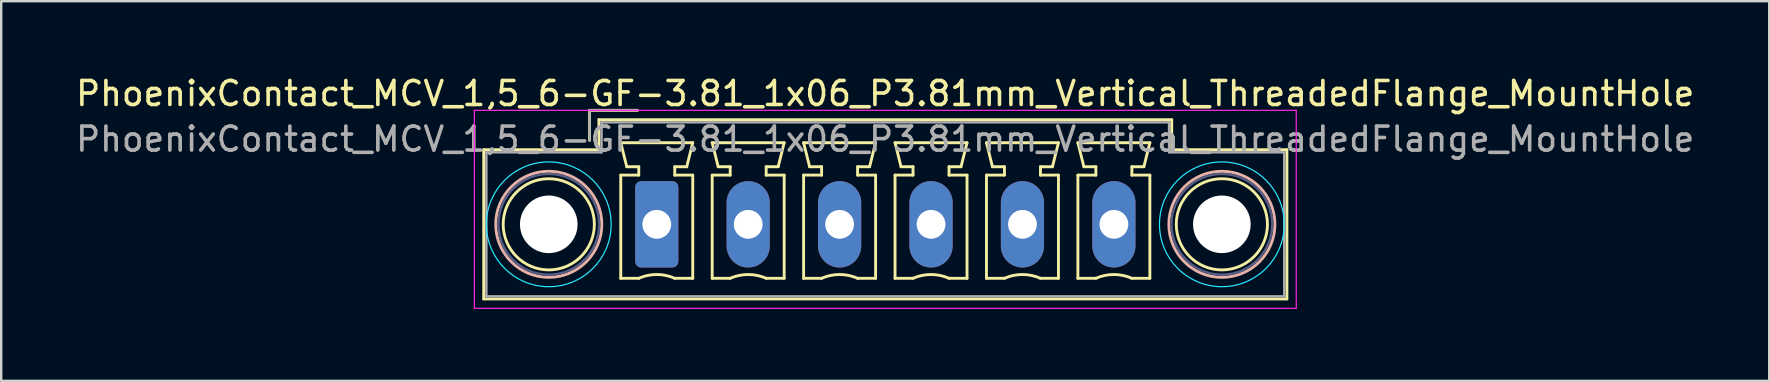
<source format=kicad_pcb>
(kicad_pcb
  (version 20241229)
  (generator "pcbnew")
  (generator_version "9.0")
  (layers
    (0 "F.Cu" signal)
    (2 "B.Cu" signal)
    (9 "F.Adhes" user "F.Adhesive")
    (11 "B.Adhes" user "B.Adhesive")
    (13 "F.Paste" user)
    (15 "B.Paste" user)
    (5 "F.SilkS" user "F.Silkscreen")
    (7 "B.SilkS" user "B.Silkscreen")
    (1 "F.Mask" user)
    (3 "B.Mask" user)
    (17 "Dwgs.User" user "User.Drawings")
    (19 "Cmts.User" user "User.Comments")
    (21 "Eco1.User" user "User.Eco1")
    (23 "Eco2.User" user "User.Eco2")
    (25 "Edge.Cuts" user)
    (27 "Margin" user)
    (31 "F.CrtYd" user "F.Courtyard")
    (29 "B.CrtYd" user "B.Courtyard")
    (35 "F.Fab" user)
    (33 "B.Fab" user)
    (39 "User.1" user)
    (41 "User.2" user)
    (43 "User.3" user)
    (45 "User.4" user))
  (footprint "PhoenixContact_MCV_1,5_6-GF-3.81_1x06_P3.81mm_Vertical_ThreadedFlange_MountHole"
    (layer "F.Cu")
    (at 24.319 6.298)
    (property "Reference" "PhoenixContact_MCV_1,5_6-GF-3.81_1x06_P3.81mm_Vertical_ThreadedFlange_MountHole" (at 9.52 -5.45 0) (layer "F.SilkS") (effects (font (size 1 1) (thickness 0.15))))
    (attr through_hole)
    (fp_line (start -7.21 -3.11) (end -7.21 3.11) (stroke (width 0.12) (type solid)) (layer "F.SilkS"))
    (fp_line (start -7.21 3.11) (end 26.26 3.11) (stroke (width 0.12) (type solid)) (layer "F.SilkS"))
    (fp_line (start -2.8 -4.75) (end -0.8 -4.75) (stroke (width 0.12) (type solid)) (layer "F.SilkS"))
    (fp_line (start -2.8 -3.5) (end -2.8 -4.75) (stroke (width 0.12) (type solid)) (layer "F.SilkS"))
    (fp_line (start -2.41 -4.36) (end -2.41 -3.11) (stroke (width 0.12) (type solid)) (layer "F.SilkS"))
    (fp_line (start -2.41 -3.11) (end -7.21 -3.11) (stroke (width 0.12) (type solid)) (layer "F.SilkS"))
    (fp_line (start -1.5 -3.4) (end 1.5 -3.4) (stroke (width 0.12) (type solid)) (layer "F.SilkS"))
    (fp_line (start -1.5 -2.05) (end -0.75 -2.05) (stroke (width 0.12) (type solid)) (layer "F.SilkS"))
    (fp_line (start -1.5 2.25) (end -1.5 -2.05) (stroke (width 0.12) (type solid)) (layer "F.SilkS"))
    (fp_line (start -1.25 -2.4) (end -1.5 -3.4) (stroke (width 0.12) (type solid)) (layer "F.SilkS"))
    (fp_line (start -0.75 -2.4) (end -1.25 -2.4) (stroke (width 0.12) (type solid)) (layer "F.SilkS"))
    (fp_line (start -0.75 -2.05) (end -0.75 -2.4) (stroke (width 0.12) (type solid)) (layer "F.SilkS"))
    (fp_line (start -0.75 2.25) (end -1.5 2.25) (stroke (width 0.12) (type solid)) (layer "F.SilkS"))
    (fp_line (start 0.75 -2.4) (end 0.75 -2.05) (stroke (width 0.12) (type solid)) (layer "F.SilkS"))
    (fp_line (start 0.75 -2.05) (end 1.5 -2.05) (stroke (width 0.12) (type solid)) (layer "F.SilkS"))
    (fp_line (start 1.25 -2.4) (end 0.75 -2.4) (stroke (width 0.12) (type solid)) (layer "F.SilkS"))
    (fp_line (start 1.5 -3.4) (end 1.25 -2.4) (stroke (width 0.12) (type solid)) (layer "F.SilkS"))
    (fp_line (start 1.5 -2.05) (end 1.5 2.25) (stroke (width 0.12) (type solid)) (layer "F.SilkS"))
    (fp_line (start 1.5 2.25) (end 0.75 2.25) (stroke (width 0.12) (type solid)) (layer "F.SilkS"))
    (fp_line (start 2.31 -3.4) (end 5.31 -3.4) (stroke (width 0.12) (type solid)) (layer "F.SilkS"))
    (fp_line (start 2.31 -2.05) (end 3.06 -2.05) (stroke (width 0.12) (type solid)) (layer "F.SilkS"))
    (fp_line (start 2.31 2.25) (end 2.31 -2.05) (stroke (width 0.12) (type solid)) (layer "F.SilkS"))
    (fp_line (start 2.56 -2.4) (end 2.31 -3.4) (stroke (width 0.12) (type solid)) (layer "F.SilkS"))
    (fp_line (start 3.06 -2.4) (end 2.56 -2.4) (stroke (width 0.12) (type solid)) (layer "F.SilkS"))
    (fp_line (start 3.06 -2.05) (end 3.06 -2.4) (stroke (width 0.12) (type solid)) (layer "F.SilkS"))
    (fp_line (start 3.06 2.25) (end 2.31 2.25) (stroke (width 0.12) (type solid)) (layer "F.SilkS"))
    (fp_line (start 4.56 -2.4) (end 4.56 -2.05) (stroke (width 0.12) (type solid)) (layer "F.SilkS"))
    (fp_line (start 4.56 -2.05) (end 5.31 -2.05) (stroke (width 0.12) (type solid)) (layer "F.SilkS"))
    (fp_line (start 5.06 -2.4) (end 4.56 -2.4) (stroke (width 0.12) (type solid)) (layer "F.SilkS"))
    (fp_line (start 5.31 -3.4) (end 5.06 -2.4) (stroke (width 0.12) (type solid)) (layer "F.SilkS"))
    (fp_line (start 5.31 -2.05) (end 5.31 2.25) (stroke (width 0.12) (type solid)) (layer "F.SilkS"))
    (fp_line (start 5.31 2.25) (end 4.56 2.25) (stroke (width 0.12) (type solid)) (layer "F.SilkS"))
    (fp_line (start 6.12 -3.4) (end 9.12 -3.4) (stroke (width 0.12) (type solid)) (layer "F.SilkS"))
    (fp_line (start 6.12 -2.05) (end 6.87 -2.05) (stroke (width 0.12) (type solid)) (layer "F.SilkS"))
    (fp_line (start 6.12 2.25) (end 6.12 -2.05) (stroke (width 0.12) (type solid)) (layer "F.SilkS"))
    (fp_line (start 6.37 -2.4) (end 6.12 -3.4) (stroke (width 0.12) (type solid)) (layer "F.SilkS"))
    (fp_line (start 6.87 -2.4) (end 6.37 -2.4) (stroke (width 0.12) (type solid)) (layer "F.SilkS"))
    (fp_line (start 6.87 -2.05) (end 6.87 -2.4) (stroke (width 0.12) (type solid)) (layer "F.SilkS"))
    (fp_line (start 6.87 2.25) (end 6.12 2.25) (stroke (width 0.12) (type solid)) (layer "F.SilkS"))
    (fp_line (start 8.37 -2.4) (end 8.37 -2.05) (stroke (width 0.12) (type solid)) (layer "F.SilkS"))
    (fp_line (start 8.37 -2.05) (end 9.12 -2.05) (stroke (width 0.12) (type solid)) (layer "F.SilkS"))
    (fp_line (start 8.87 -2.4) (end 8.37 -2.4) (stroke (width 0.12) (type solid)) (layer "F.SilkS"))
    (fp_line (start 9.12 -3.4) (end 8.87 -2.4) (stroke (width 0.12) (type solid)) (layer "F.SilkS"))
    (fp_line (start 9.12 -2.05) (end 9.12 2.25) (stroke (width 0.12) (type solid)) (layer "F.SilkS"))
    (fp_line (start 9.12 2.25) (end 8.37 2.25) (stroke (width 0.12) (type solid)) (layer "F.SilkS"))
    (fp_line (start 9.93 -3.4) (end 12.93 -3.4) (stroke (width 0.12) (type solid)) (layer "F.SilkS"))
    (fp_line (start 9.93 -2.05) (end 10.68 -2.05) (stroke (width 0.12) (type solid)) (layer "F.SilkS"))
    (fp_line (start 9.93 2.25) (end 9.93 -2.05) (stroke (width 0.12) (type solid)) (layer "F.SilkS"))
    (fp_line (start 10.18 -2.4) (end 9.93 -3.4) (stroke (width 0.12) (type solid)) (layer "F.SilkS"))
    (fp_line (start 10.68 -2.4) (end 10.18 -2.4) (stroke (width 0.12) (type solid)) (layer "F.SilkS"))
    (fp_line (start 10.68 -2.05) (end 10.68 -2.4) (stroke (width 0.12) (type solid)) (layer "F.SilkS"))
    (fp_line (start 10.68 2.25) (end 9.93 2.25) (stroke (width 0.12) (type solid)) (layer "F.SilkS"))
    (fp_line (start 12.18 -2.4) (end 12.18 -2.05) (stroke (width 0.12) (type solid)) (layer "F.SilkS"))
    (fp_line (start 12.18 -2.05) (end 12.93 -2.05) (stroke (width 0.12) (type solid)) (layer "F.SilkS"))
    (fp_line (start 12.68 -2.4) (end 12.18 -2.4) (stroke (width 0.12) (type solid)) (layer "F.SilkS"))
    (fp_line (start 12.93 -3.4) (end 12.68 -2.4) (stroke (width 0.12) (type solid)) (layer "F.SilkS"))
    (fp_line (start 12.93 -2.05) (end 12.93 2.25) (stroke (width 0.12) (type solid)) (layer "F.SilkS"))
    (fp_line (start 12.93 2.25) (end 12.18 2.25) (stroke (width 0.12) (type solid)) (layer "F.SilkS"))
    (fp_line (start 13.74 -3.4) (end 16.74 -3.4) (stroke (width 0.12) (type solid)) (layer "F.SilkS"))
    (fp_line (start 13.74 -2.05) (end 14.49 -2.05) (stroke (width 0.12) (type solid)) (layer "F.SilkS"))
    (fp_line (start 13.74 2.25) (end 13.74 -2.05) (stroke (width 0.12) (type solid)) (layer "F.SilkS"))
    (fp_line (start 13.99 -2.4) (end 13.74 -3.4) (stroke (width 0.12) (type solid)) (layer "F.SilkS"))
    (fp_line (start 14.49 -2.4) (end 13.99 -2.4) (stroke (width 0.12) (type solid)) (layer "F.SilkS"))
    (fp_line (start 14.49 -2.05) (end 14.49 -2.4) (stroke (width 0.12) (type solid)) (layer "F.SilkS"))
    (fp_line (start 14.49 2.25) (end 13.74 2.25) (stroke (width 0.12) (type solid)) (layer "F.SilkS"))
    (fp_line (start 15.99 -2.4) (end 15.99 -2.05) (stroke (width 0.12) (type solid)) (layer "F.SilkS"))
    (fp_line (start 15.99 -2.05) (end 16.74 -2.05) (stroke (width 0.12) (type solid)) (layer "F.SilkS"))
    (fp_line (start 16.49 -2.4) (end 15.99 -2.4) (stroke (width 0.12) (type solid)) (layer "F.SilkS"))
    (fp_line (start 16.74 -3.4) (end 16.49 -2.4) (stroke (width 0.12) (type solid)) (layer "F.SilkS"))
    (fp_line (start 16.74 -2.05) (end 16.74 2.25) (stroke (width 0.12) (type solid)) (layer "F.SilkS"))
    (fp_line (start 16.74 2.25) (end 15.99 2.25) (stroke (width 0.12) (type solid)) (layer "F.SilkS"))
    (fp_line (start 17.55 -3.4) (end 20.55 -3.4) (stroke (width 0.12) (type solid)) (layer "F.SilkS"))
    (fp_line (start 17.55 -2.05) (end 18.3 -2.05) (stroke (width 0.12) (type solid)) (layer "F.SilkS"))
    (fp_line (start 17.55 2.25) (end 17.55 -2.05) (stroke (width 0.12) (type solid)) (layer "F.SilkS"))
    (fp_line (start 17.8 -2.4) (end 17.55 -3.4) (stroke (width 0.12) (type solid)) (layer "F.SilkS"))
    (fp_line (start 18.3 -2.4) (end 17.8 -2.4) (stroke (width 0.12) (type solid)) (layer "F.SilkS"))
    (fp_line (start 18.3 -2.05) (end 18.3 -2.4) (stroke (width 0.12) (type solid)) (layer "F.SilkS"))
    (fp_line (start 18.3 2.25) (end 17.55 2.25) (stroke (width 0.12) (type solid)) (layer "F.SilkS"))
    (fp_line (start 19.8 -2.4) (end 19.8 -2.05) (stroke (width 0.12) (type solid)) (layer "F.SilkS"))
    (fp_line (start 19.8 -2.05) (end 20.55 -2.05) (stroke (width 0.12) (type solid)) (layer "F.SilkS"))
    (fp_line (start 20.3 -2.4) (end 19.8 -2.4) (stroke (width 0.12) (type solid)) (layer "F.SilkS"))
    (fp_line (start 20.55 -3.4) (end 20.3 -2.4) (stroke (width 0.12) (type solid)) (layer "F.SilkS"))
    (fp_line (start 20.55 -2.05) (end 20.55 2.25) (stroke (width 0.12) (type solid)) (layer "F.SilkS"))
    (fp_line (start 20.55 2.25) (end 19.8 2.25) (stroke (width 0.12) (type solid)) (layer "F.SilkS"))
    (fp_line (start 21.46 -4.36) (end -2.41 -4.36) (stroke (width 0.12) (type solid)) (layer "F.SilkS"))
    (fp_line (start 21.46 -3.11) (end 21.46 -4.36) (stroke (width 0.12) (type solid)) (layer "F.SilkS"))
    (fp_line (start 26.26 -3.11) (end 21.46 -3.11) (stroke (width 0.12) (type solid)) (layer "F.SilkS"))
    (fp_line (start 26.26 3.11) (end 26.26 -3.11) (stroke (width 0.12) (type solid)) (layer "F.SilkS"))
    (fp_arc (start -0.75 2.25) (mid -0.000193 2.09191) (end 0.749647 2.249844) (stroke (width 0.12) (type solid)) (layer "F.SilkS"))
    (fp_arc (start 3.06 2.25) (mid 3.809807 2.09191) (end 4.559647 2.249844) (stroke (width 0.12) (type solid)) (layer "F.SilkS"))
    (fp_arc (start 6.87 2.25) (mid 7.619807 2.09191) (end 8.369647 2.249844) (stroke (width 0.12) (type solid)) (layer "F.SilkS"))
    (fp_arc (start 10.68 2.25) (mid 11.429807 2.09191) (end 12.179647 2.249844) (stroke (width 0.12) (type solid)) (layer "F.SilkS"))
    (fp_arc (start 14.49 2.25) (mid 15.239807 2.09191) (end 15.989647 2.249844) (stroke (width 0.12) (type solid)) (layer "F.SilkS"))
    (fp_arc (start 18.3 2.25) (mid 19.049807 2.09191) (end 19.799647 2.249844) (stroke (width 0.12) (type solid)) (layer "F.SilkS"))
    (fp_circle (center -4.5 0) (end -2.6 0) (stroke (width 0.12) (type solid)) (fill no) (layer "F.SilkS"))
    (fp_circle (center 23.55 0) (end 25.45 0) (stroke (width 0.12) (type solid)) (fill no) (layer "F.SilkS"))
    (fp_circle (center -4.5 0) (end -2.29 0) (stroke (width 0.12) (type solid)) (fill no) (layer "B.SilkS"))
    (fp_circle (center 23.55 0) (end 25.76 0) (stroke (width 0.12) (type solid)) (fill no) (layer "B.SilkS"))
    (fp_circle (center -4.5 0) (end -1.9 0) (stroke (width 0.05) (type solid)) (fill no) (layer "B.CrtYd"))
    (fp_circle (center 23.55 0) (end 26.15 0) (stroke (width 0.05) (type solid)) (fill no) (layer "B.CrtYd"))
    (fp_line (start -7.6 -4.75) (end -7.6 3.5) (stroke (width 0.05) (type solid)) (layer "F.CrtYd"))
    (fp_line (start -7.6 3.5) (end 26.65 3.5) (stroke (width 0.05) (type solid)) (layer "F.CrtYd"))
    (fp_line (start 26.65 -4.75) (end -7.6 -4.75) (stroke (width 0.05) (type solid)) (layer "F.CrtYd"))
    (fp_line (start 26.65 3.5) (end 26.65 -4.75) (stroke (width 0.05) (type solid)) (layer "F.CrtYd"))
    (fp_circle (center -4.5 0) (end -2.4 0) (stroke (width 0.1) (type solid)) (fill no) (layer "B.Fab"))
    (fp_circle (center 23.55 0) (end 25.65 0) (stroke (width 0.1) (type solid)) (fill no) (layer "B.Fab"))
    (fp_line (start -7.1 -3) (end -7.1 3) (stroke (width 0.1) (type solid)) (layer "F.Fab"))
    (fp_line (start -7.1 3) (end 26.15 3) (stroke (width 0.1) (type solid)) (layer "F.Fab"))
    (fp_line (start -2.8 -4.75) (end -0.8 -4.75) (stroke (width 0.1) (type solid)) (layer "F.Fab"))
    (fp_line (start -2.8 -3.5) (end -2.8 -4.75) (stroke (width 0.1) (type solid)) (layer "F.Fab"))
    (fp_line (start -2.3 -4.25) (end -2.3 -3) (stroke (width 0.1) (type solid)) (layer "F.Fab"))
    (fp_line (start -2.3 -3) (end -7.1 -3) (stroke (width 0.1) (type solid)) (layer "F.Fab"))
    (fp_line (start 21.35 -4.25) (end -2.3 -4.25) (stroke (width 0.1) (type solid)) (layer "F.Fab"))
    (fp_line (start 21.35 -3) (end 21.35 -4.25) (stroke (width 0.1) (type solid)) (layer "F.Fab"))
    (fp_line (start 26.15 -3) (end 21.35 -3) (stroke (width 0.1) (type solid)) (layer "F.Fab"))
    (fp_line (start 26.15 3) (end 26.15 -3) (stroke (width 0.1) (type solid)) (layer "F.Fab"))
    (fp_text user "${REFERENCE}" (at 9.52 -3.55 0) (layer "F.Fab") (effects (font (size 1 1) (thickness 0.15))))
    (pad "" np_thru_hole circle (at -4.5 0) (size 2.4 2.4) (drill 2.4) (layers "*.Cu" "*.Mask"))
    (pad "" np_thru_hole circle (at 23.55 0) (size 2.4 2.4) (drill 2.4) (layers "*.Cu" "*.Mask"))
    (pad "1" thru_hole roundrect (at 0 0) (size 1.8 3.6) (drill 1.2) (layers "*.Cu" "*.Mask") (roundrect_rratio 0.139))
    (pad "2" thru_hole oval (at 3.81 0) (size 1.8 3.6) (drill 1.2) (layers "*.Cu" "*.Mask"))
    (pad "3" thru_hole oval (at 7.62 0) (size 1.8 3.6) (drill 1.2) (layers "*.Cu" "*.Mask"))
    (pad "4" thru_hole oval (at 11.43 0) (size 1.8 3.6) (drill 1.2) (layers "*.Cu" "*.Mask"))
    (pad "5" thru_hole oval (at 15.24 0) (size 1.8 3.6) (drill 1.2) (layers "*.Cu" "*.Mask"))
    (pad "6" thru_hole oval (at 19.05 0) (size 1.8 3.6) (drill 1.2) (layers "*.Cu" "*.Mask")))
  (gr_rect
    (start -3 -3)
    (end 70.679 12.823)
    (stroke (width 0.1) (type default))
    (fill no)
    (layer "Edge.Cuts")))
</source>
